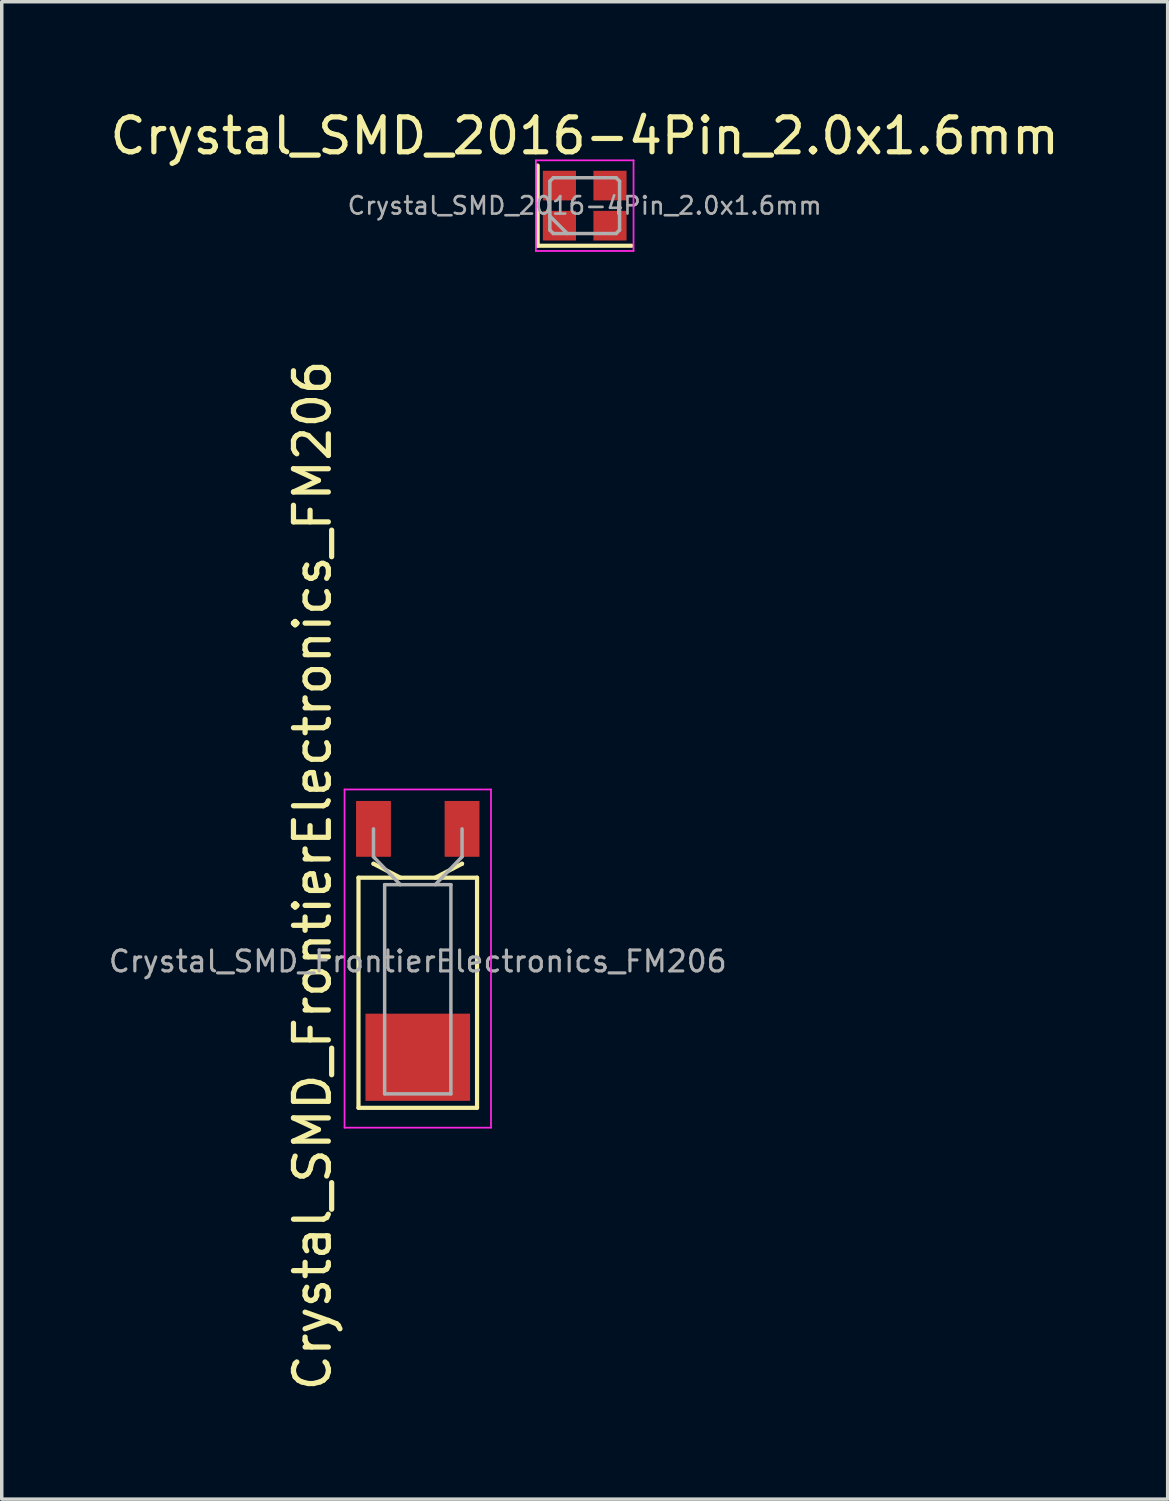
<source format=kicad_pcb>
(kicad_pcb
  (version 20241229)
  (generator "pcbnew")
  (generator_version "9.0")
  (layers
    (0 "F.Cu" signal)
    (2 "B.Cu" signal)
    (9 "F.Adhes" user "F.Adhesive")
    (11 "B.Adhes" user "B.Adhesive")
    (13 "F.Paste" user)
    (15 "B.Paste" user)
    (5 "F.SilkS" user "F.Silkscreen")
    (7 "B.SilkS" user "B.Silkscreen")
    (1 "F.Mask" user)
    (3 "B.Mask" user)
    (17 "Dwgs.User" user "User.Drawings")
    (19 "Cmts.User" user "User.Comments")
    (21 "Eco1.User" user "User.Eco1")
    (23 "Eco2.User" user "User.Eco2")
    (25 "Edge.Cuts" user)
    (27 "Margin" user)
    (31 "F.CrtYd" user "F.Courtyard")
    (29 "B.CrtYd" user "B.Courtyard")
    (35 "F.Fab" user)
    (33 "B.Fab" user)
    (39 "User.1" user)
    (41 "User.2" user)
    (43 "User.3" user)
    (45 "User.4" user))
  (footprint "Crystal_SMD_FrontierElectronics_FM206"
    (layer "F.Cu")
    (at 8.932 24.223)
    (property "Reference" "Crystal_SMD_FrontierElectronics_FM206" (at -3.02 -2.163 90) (layer "F.SilkS") (effects (font (size 1 1) (thickness 0.15))))
    (attr smd)
    (fp_line (start -1.7 -2.1) (end -1.7 4.5) (stroke (width 0.12) (type solid)) (layer "F.SilkS"))
    (fp_line (start -1.7 4.5) (end 1.7 4.5) (stroke (width 0.12) (type solid)) (layer "F.SilkS"))
    (fp_line (start -1.27 -2.5) (end -1.27 -2.5) (stroke (width 0.12) (type solid)) (layer "F.SilkS"))
    (fp_line (start -0.5 -2.1) (end -1.27 -2.5) (stroke (width 0.12) (type solid)) (layer "F.SilkS"))
    (fp_line (start 0.5 -2.1) (end 1.27 -2.5) (stroke (width 0.12) (type solid)) (layer "F.SilkS"))
    (fp_line (start 1.27 -2.5) (end 1.27 -2.5) (stroke (width 0.12) (type solid)) (layer "F.SilkS"))
    (fp_line (start 1.7 -2.1) (end -1.7 -2.1) (stroke (width 0.12) (type solid)) (layer "F.SilkS"))
    (fp_line (start 1.7 4.5) (end 1.7 -2.1) (stroke (width 0.12) (type solid)) (layer "F.SilkS"))
    (fp_line (start -2.1 -4.63) (end -2.1 5.07) (stroke (width 0.05) (type solid)) (layer "F.CrtYd"))
    (fp_line (start -2.1 5.07) (end 2.1 5.07) (stroke (width 0.05) (type solid)) (layer "F.CrtYd"))
    (fp_line (start 2.1 -4.63) (end -2.1 -4.63) (stroke (width 0.05) (type solid)) (layer "F.CrtYd"))
    (fp_line (start 2.1 5.07) (end 2.1 -4.63) (stroke (width 0.05) (type solid)) (layer "F.CrtYd"))
    (fp_line (start -1.27 -2.7) (end -1.27 -3.5) (stroke (width 0.1) (type solid)) (layer "F.Fab"))
    (fp_line (start -0.95 -1.9) (end -0.95 4.1) (stroke (width 0.1) (type solid)) (layer "F.Fab"))
    (fp_line (start -0.95 4.1) (end 0.95 4.1) (stroke (width 0.1) (type solid)) (layer "F.Fab"))
    (fp_line (start -0.5 -1.9) (end -1.27 -2.7) (stroke (width 0.1) (type solid)) (layer "F.Fab"))
    (fp_line (start 0.5 -1.9) (end 1.27 -2.7) (stroke (width 0.1) (type solid)) (layer "F.Fab"))
    (fp_line (start 0.95 -1.9) (end -0.95 -1.9) (stroke (width 0.1) (type solid)) (layer "F.Fab"))
    (fp_line (start 0.95 4.1) (end 0.95 -1.9) (stroke (width 0.1) (type solid)) (layer "F.Fab"))
    (fp_line (start 1.27 -2.7) (end 1.27 -3.5) (stroke (width 0.1) (type solid)) (layer "F.Fab"))
    (fp_text user "${REFERENCE}" (at 0 0.3 0) (layer "F.Fab") (effects (font (size 0.6 0.6) (thickness 0.09))))
    (pad "1" smd rect (at -1.27 -3.5) (size 1 1.6) (layers "F.Cu" "F.Mask" "F.Paste"))
    (pad "2" smd rect (at 1.27 -3.5) (size 1 1.6) (layers "F.Cu" "F.Mask" "F.Paste"))
    (pad "3" smd rect (at 0 3.05) (size 3 2.5) (layers "F.Cu" "F.Mask" "F.Paste")))
  (footprint "Crystal_SMD_2016-4Pin_2.0x1.6mm"
    (layer "F.Cu")
    (at 13.72 2.848)
    (property "Reference" "Crystal_SMD_2016-4Pin_2.0x1.6mm" (at 0 -2 0) (layer "F.SilkS") (effects (font (size 1 1) (thickness 0.15))))
    (attr smd)
    (fp_line (start -1.35 -1.15) (end -1.35 1.15) (stroke (width 0.12) (type solid)) (layer "F.SilkS"))
    (fp_line (start -1.35 1.15) (end 1.35 1.15) (stroke (width 0.12) (type solid)) (layer "F.SilkS"))
    (fp_line (start -1.4 -1.3) (end -1.4 1.3) (stroke (width 0.05) (type solid)) (layer "F.CrtYd"))
    (fp_line (start -1.4 1.3) (end 1.4 1.3) (stroke (width 0.05) (type solid)) (layer "F.CrtYd"))
    (fp_line (start 1.4 -1.3) (end -1.4 -1.3) (stroke (width 0.05) (type solid)) (layer "F.CrtYd"))
    (fp_line (start 1.4 1.3) (end 1.4 -1.3) (stroke (width 0.05) (type solid)) (layer "F.CrtYd"))
    (fp_line (start -1 -0.7) (end -0.9 -0.8) (stroke (width 0.1) (type solid)) (layer "F.Fab"))
    (fp_line (start -1 0.3) (end -0.5 0.8) (stroke (width 0.1) (type solid)) (layer "F.Fab"))
    (fp_line (start -1 0.7) (end -1 -0.7) (stroke (width 0.1) (type solid)) (layer "F.Fab"))
    (fp_line (start -0.9 -0.8) (end 0.9 -0.8) (stroke (width 0.1) (type solid)) (layer "F.Fab"))
    (fp_line (start -0.9 0.8) (end -1 0.7) (stroke (width 0.1) (type solid)) (layer "F.Fab"))
    (fp_line (start 0.9 -0.8) (end 1 -0.7) (stroke (width 0.1) (type solid)) (layer "F.Fab"))
    (fp_line (start 0.9 0.8) (end -0.9 0.8) (stroke (width 0.1) (type solid)) (layer "F.Fab"))
    (fp_line (start 1 -0.7) (end 1 0.7) (stroke (width 0.1) (type solid)) (layer "F.Fab"))
    (fp_line (start 1 0.7) (end 0.9 0.8) (stroke (width 0.1) (type solid)) (layer "F.Fab"))
    (fp_text user "${REFERENCE}" (at 0 0 0) (layer "F.Fab") (effects (font (size 0.5 0.5) (thickness 0.075))))
    (pad "1" smd rect (at -0.725 0.575) (size 0.95 0.85) (layers "F.Cu" "F.Mask" "F.Paste"))
    (pad "2" smd rect (at 0.725 0.575) (size 0.95 0.85) (layers "F.Cu" "F.Mask" "F.Paste"))
    (pad "3" smd rect (at 0.725 -0.575) (size 0.95 0.85) (layers "F.Cu" "F.Mask" "F.Paste"))
    (pad "4" smd rect (at -0.725 -0.575) (size 0.95 0.85) (layers "F.Cu" "F.Mask" "F.Paste")))
  (gr_rect
    (start -3 -3)
    (end 30.44 39.947)
    (stroke (width 0.1) (type default))
    (fill no)
    (layer "Edge.Cuts")))
</source>
